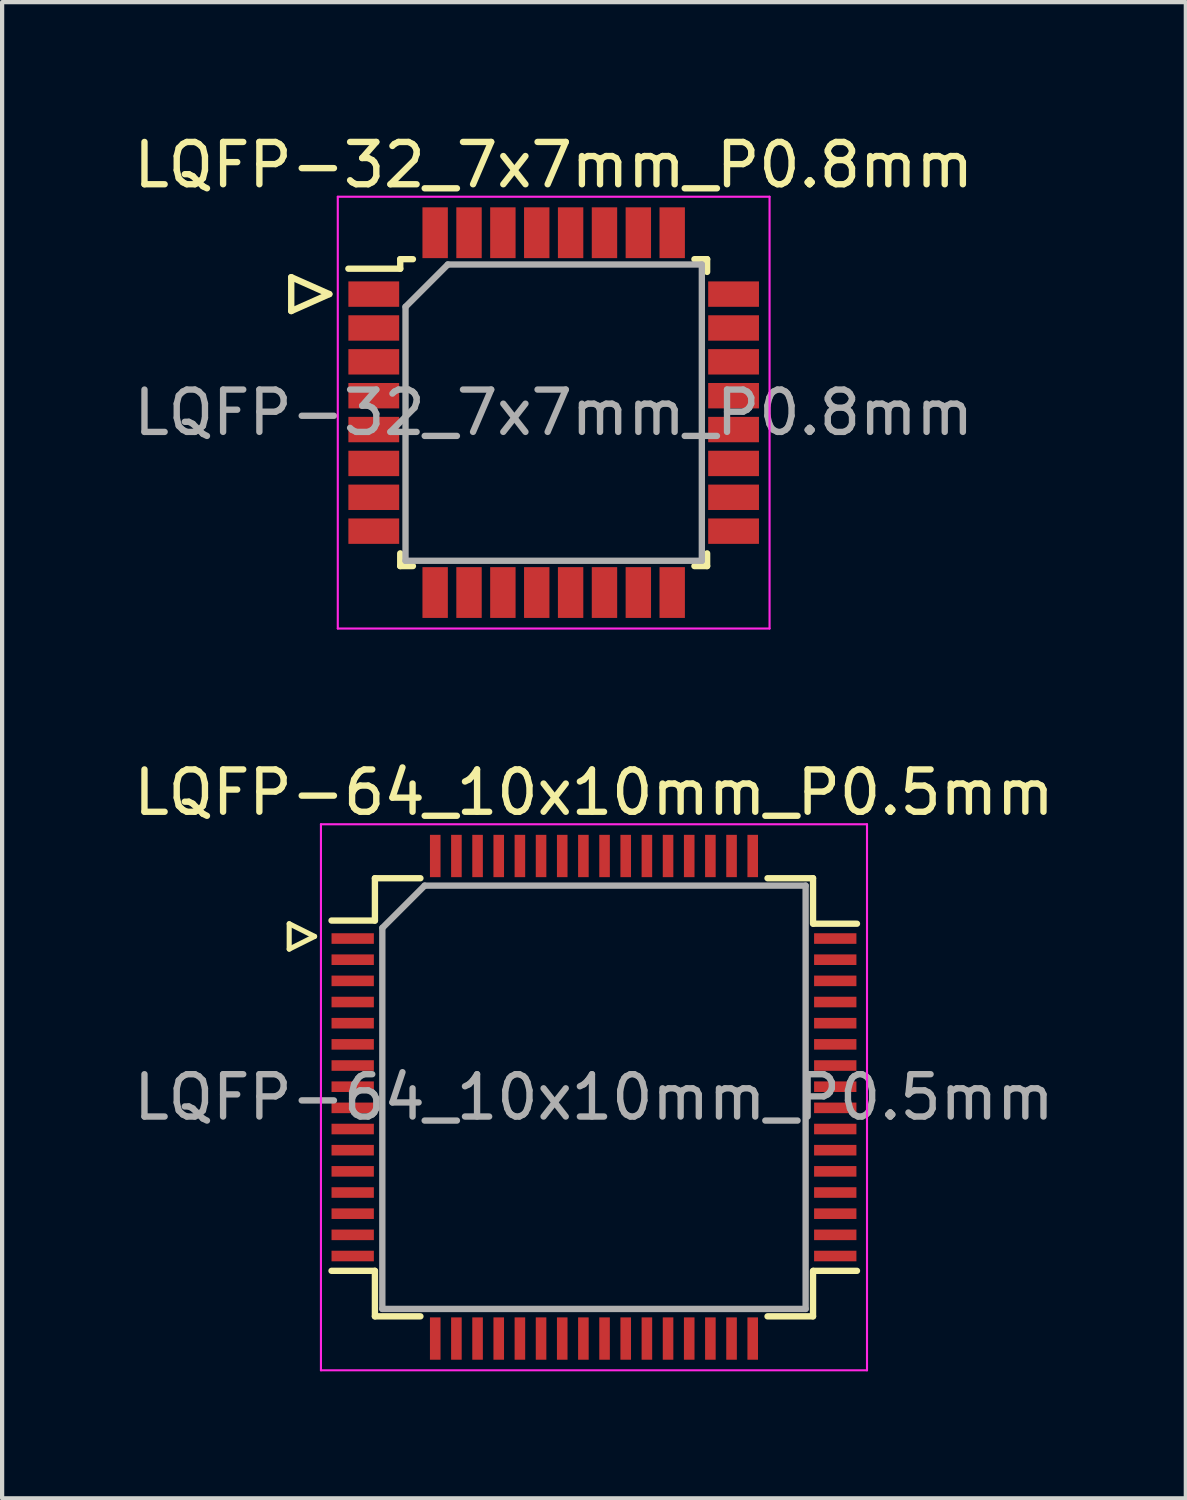
<source format=kicad_pcb>
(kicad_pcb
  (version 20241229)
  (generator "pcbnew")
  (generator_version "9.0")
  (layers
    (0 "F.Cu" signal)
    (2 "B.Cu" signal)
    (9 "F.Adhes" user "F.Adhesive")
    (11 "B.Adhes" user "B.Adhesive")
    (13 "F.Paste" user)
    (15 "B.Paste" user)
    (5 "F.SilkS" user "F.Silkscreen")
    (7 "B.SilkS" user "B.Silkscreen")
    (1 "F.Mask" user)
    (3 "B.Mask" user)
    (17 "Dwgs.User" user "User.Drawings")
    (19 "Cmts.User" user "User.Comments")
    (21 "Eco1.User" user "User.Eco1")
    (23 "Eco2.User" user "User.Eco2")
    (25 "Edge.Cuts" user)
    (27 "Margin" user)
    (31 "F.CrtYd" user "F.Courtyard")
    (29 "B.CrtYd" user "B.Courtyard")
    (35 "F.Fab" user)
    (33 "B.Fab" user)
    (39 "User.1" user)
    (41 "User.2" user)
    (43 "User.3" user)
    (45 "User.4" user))
  (footprint "LQFP-32_7x7mm_P0.8mm"
    (layer "F.Cu")
    (at 10.03 6.698)
    (property "Reference" "LQFP-32_7x7mm_P0.8mm" (at 0 -5.85 0) (layer "F.SilkS") (effects (font (size 1 1) (thickness 0.15))))
    (attr smd)
    (fp_line (start -6.2 -3.2) (end -6.2 -2.4) (stroke (width 0.15) (type solid)) (layer "F.SilkS"))
    (fp_line (start -6.2 -2.4) (end -5.3 -2.8) (stroke (width 0.15) (type solid)) (layer "F.SilkS"))
    (fp_line (start -5.3 -2.8) (end -6.2 -3.2) (stroke (width 0.15) (type solid)) (layer "F.SilkS"))
    (fp_line (start -3.625 -3.625) (end -3.625 -3.4) (stroke (width 0.15) (type solid)) (layer "F.SilkS"))
    (fp_line (start -3.625 -3.625) (end -3.325 -3.625) (stroke (width 0.15) (type solid)) (layer "F.SilkS"))
    (fp_line (start -3.625 -3.4) (end -4.85 -3.4) (stroke (width 0.15) (type solid)) (layer "F.SilkS"))
    (fp_line (start -3.625 3.625) (end -3.625 3.325) (stroke (width 0.15) (type solid)) (layer "F.SilkS"))
    (fp_line (start -3.625 3.625) (end -3.325 3.625) (stroke (width 0.15) (type solid)) (layer "F.SilkS"))
    (fp_line (start 3.625 -3.625) (end 3.325 -3.625) (stroke (width 0.15) (type solid)) (layer "F.SilkS"))
    (fp_line (start 3.625 -3.625) (end 3.625 -3.325) (stroke (width 0.15) (type solid)) (layer "F.SilkS"))
    (fp_line (start 3.625 3.625) (end 3.325 3.625) (stroke (width 0.15) (type solid)) (layer "F.SilkS"))
    (fp_line (start 3.625 3.625) (end 3.625 3.325) (stroke (width 0.15) (type solid)) (layer "F.SilkS"))
    (fp_line (start -5.1 -5.1) (end -5.1 5.1) (stroke (width 0.05) (type solid)) (layer "F.CrtYd"))
    (fp_line (start -5.1 -5.1) (end 5.1 -5.1) (stroke (width 0.05) (type solid)) (layer "F.CrtYd"))
    (fp_line (start -5.1 5.1) (end 5.1 5.1) (stroke (width 0.05) (type solid)) (layer "F.CrtYd"))
    (fp_line (start 5.1 -5.1) (end 5.1 5.1) (stroke (width 0.05) (type solid)) (layer "F.CrtYd"))
    (fp_line (start -3.5 -2.5) (end -2.5 -3.5) (stroke (width 0.15) (type solid)) (layer "F.Fab"))
    (fp_line (start -3.5 3.5) (end -3.5 -2.5) (stroke (width 0.15) (type solid)) (layer "F.Fab"))
    (fp_line (start -2.5 -3.5) (end 3.5 -3.5) (stroke (width 0.15) (type solid)) (layer "F.Fab"))
    (fp_line (start 3.5 -3.5) (end 3.5 3.5) (stroke (width 0.15) (type solid)) (layer "F.Fab"))
    (fp_line (start 3.5 3.5) (end -3.5 3.5) (stroke (width 0.15) (type solid)) (layer "F.Fab"))
    (fp_text user "${REFERENCE}" (at 0 0 0) (layer "F.Fab") (effects (font (size 1 1) (thickness 0.15))))
    (pad "1" smd rect (at -4.25 -2.8) (size 1.2 0.6) (layers "F.Cu" "F.Mask" "F.Paste"))
    (pad "2" smd rect (at -4.25 -2) (size 1.2 0.6) (layers "F.Cu" "F.Mask" "F.Paste"))
    (pad "3" smd rect (at -4.25 -1.2) (size 1.2 0.6) (layers "F.Cu" "F.Mask" "F.Paste"))
    (pad "4" smd rect (at -4.25 -0.4) (size 1.2 0.6) (layers "F.Cu" "F.Mask" "F.Paste"))
    (pad "5" smd rect (at -4.25 0.4) (size 1.2 0.6) (layers "F.Cu" "F.Mask" "F.Paste"))
    (pad "6" smd rect (at -4.25 1.2) (size 1.2 0.6) (layers "F.Cu" "F.Mask" "F.Paste"))
    (pad "7" smd rect (at -4.25 2) (size 1.2 0.6) (layers "F.Cu" "F.Mask" "F.Paste"))
    (pad "8" smd rect (at -4.25 2.8) (size 1.2 0.6) (layers "F.Cu" "F.Mask" "F.Paste"))
    (pad "9" smd rect (at -2.8 4.25 90) (size 1.2 0.6) (layers "F.Cu" "F.Mask" "F.Paste"))
    (pad "10" smd rect (at -2 4.25 90) (size 1.2 0.6) (layers "F.Cu" "F.Mask" "F.Paste"))
    (pad "11" smd rect (at -1.2 4.25 90) (size 1.2 0.6) (layers "F.Cu" "F.Mask" "F.Paste"))
    (pad "12" smd rect (at -0.4 4.25 90) (size 1.2 0.6) (layers "F.Cu" "F.Mask" "F.Paste"))
    (pad "13" smd rect (at 0.4 4.25 90) (size 1.2 0.6) (layers "F.Cu" "F.Mask" "F.Paste"))
    (pad "14" smd rect (at 1.2 4.25 90) (size 1.2 0.6) (layers "F.Cu" "F.Mask" "F.Paste"))
    (pad "15" smd rect (at 2 4.25 90) (size 1.2 0.6) (layers "F.Cu" "F.Mask" "F.Paste"))
    (pad "16" smd rect (at 2.8 4.25 90) (size 1.2 0.6) (layers "F.Cu" "F.Mask" "F.Paste"))
    (pad "17" smd rect (at 4.25 2.8) (size 1.2 0.6) (layers "F.Cu" "F.Mask" "F.Paste"))
    (pad "18" smd rect (at 4.25 2) (size 1.2 0.6) (layers "F.Cu" "F.Mask" "F.Paste"))
    (pad "19" smd rect (at 4.25 1.2) (size 1.2 0.6) (layers "F.Cu" "F.Mask" "F.Paste"))
    (pad "20" smd rect (at 4.25 0.4) (size 1.2 0.6) (layers "F.Cu" "F.Mask" "F.Paste"))
    (pad "21" smd rect (at 4.25 -0.4) (size 1.2 0.6) (layers "F.Cu" "F.Mask" "F.Paste"))
    (pad "22" smd rect (at 4.25 -1.2) (size 1.2 0.6) (layers "F.Cu" "F.Mask" "F.Paste"))
    (pad "23" smd rect (at 4.25 -2) (size 1.2 0.6) (layers "F.Cu" "F.Mask" "F.Paste"))
    (pad "24" smd rect (at 4.25 -2.8) (size 1.2 0.6) (layers "F.Cu" "F.Mask" "F.Paste"))
    (pad "25" smd rect (at 2.8 -4.25 90) (size 1.2 0.6) (layers "F.Cu" "F.Mask" "F.Paste"))
    (pad "26" smd rect (at 2 -4.25 90) (size 1.2 0.6) (layers "F.Cu" "F.Mask" "F.Paste"))
    (pad "27" smd rect (at 1.2 -4.25 90) (size 1.2 0.6) (layers "F.Cu" "F.Mask" "F.Paste"))
    (pad "28" smd rect (at 0.4 -4.25 90) (size 1.2 0.6) (layers "F.Cu" "F.Mask" "F.Paste"))
    (pad "29" smd rect (at -0.4 -4.25 90) (size 1.2 0.6) (layers "F.Cu" "F.Mask" "F.Paste"))
    (pad "30" smd rect (at -1.2 -4.25 90) (size 1.2 0.6) (layers "F.Cu" "F.Mask" "F.Paste"))
    (pad "31" smd rect (at -2 -4.25 90) (size 1.2 0.6) (layers "F.Cu" "F.Mask" "F.Paste"))
    (pad "32" smd rect (at -2.8 -4.25 90) (size 1.2 0.6) (layers "F.Cu" "F.Mask" "F.Paste")))
  (footprint "LQFP-64_10x10mm_P0.5mm"
    (layer "F.Cu")
    (at 10.982 22.872)
    (property "Reference" "LQFP-64_10x10mm_P0.5mm" (at 0 -7.2 0) (layer "F.SilkS") (effects (font (size 1 1) (thickness 0.15))))
    (attr smd)
    (fp_line (start -7.2 -4.1) (end -7.2 -3.5) (stroke (width 0.12) (type default)) (layer "F.SilkS"))
    (fp_line (start -7.2 -3.5) (end -6.6 -3.8) (stroke (width 0.12) (type default)) (layer "F.SilkS"))
    (fp_line (start -6.6 -3.8) (end -7.2 -4.1) (stroke (width 0.12) (type default)) (layer "F.SilkS"))
    (fp_line (start -5.175 -5.175) (end -5.175 -4.175) (stroke (width 0.15) (type solid)) (layer "F.SilkS"))
    (fp_line (start -5.175 -5.175) (end -4.1 -5.175) (stroke (width 0.15) (type solid)) (layer "F.SilkS"))
    (fp_line (start -5.175 -4.175) (end -6.2 -4.175) (stroke (width 0.15) (type solid)) (layer "F.SilkS"))
    (fp_line (start -5.175 4.1) (end -6.2 4.1) (stroke (width 0.15) (type solid)) (layer "F.SilkS"))
    (fp_line (start -5.175 5.175) (end -5.175 4.1) (stroke (width 0.15) (type solid)) (layer "F.SilkS"))
    (fp_line (start -5.175 5.175) (end -4.1 5.175) (stroke (width 0.15) (type solid)) (layer "F.SilkS"))
    (fp_line (start 5.175 -5.175) (end 4.1 -5.175) (stroke (width 0.15) (type solid)) (layer "F.SilkS"))
    (fp_line (start 5.175 -5.175) (end 5.175 -4.1) (stroke (width 0.15) (type solid)) (layer "F.SilkS"))
    (fp_line (start 5.175 5.175) (end 4.1 5.175) (stroke (width 0.15) (type solid)) (layer "F.SilkS"))
    (fp_line (start 5.175 5.175) (end 5.175 4.1) (stroke (width 0.15) (type solid)) (layer "F.SilkS"))
    (fp_line (start 6.213 -4.1) (end 5.188 -4.1) (stroke (width 0.15) (type solid)) (layer "F.SilkS"))
    (fp_line (start 6.213 4.1) (end 5.188 4.1) (stroke (width 0.15) (type solid)) (layer "F.SilkS"))
    (fp_line (start -6.45 -6.45) (end -6.45 6.45) (stroke (width 0.05) (type solid)) (layer "F.CrtYd"))
    (fp_line (start -6.45 -6.45) (end 6.45 -6.45) (stroke (width 0.05) (type solid)) (layer "F.CrtYd"))
    (fp_line (start -6.45 6.45) (end 6.45 6.45) (stroke (width 0.05) (type solid)) (layer "F.CrtYd"))
    (fp_line (start 6.45 -6.45) (end 6.45 6.45) (stroke (width 0.05) (type solid)) (layer "F.CrtYd"))
    (fp_line (start -5 -4) (end -4 -5) (stroke (width 0.15) (type solid)) (layer "F.Fab"))
    (fp_line (start -5 5) (end -5 -4) (stroke (width 0.15) (type solid)) (layer "F.Fab"))
    (fp_line (start -4 -5) (end 5 -5) (stroke (width 0.15) (type solid)) (layer "F.Fab"))
    (fp_line (start 5 -5) (end 5 5) (stroke (width 0.15) (type solid)) (layer "F.Fab"))
    (fp_line (start 5 5) (end -5 5) (stroke (width 0.15) (type solid)) (layer "F.Fab"))
    (fp_text user "${REFERENCE}" (at 0 0 0) (layer "F.Fab") (effects (font (size 1 1) (thickness 0.15))))
    (pad "1" smd rect (at -5.7 -3.75) (size 1 0.25) (layers "F.Cu" "F.Mask" "F.Paste"))
    (pad "2" smd rect (at -5.7 -3.25) (size 1 0.25) (layers "F.Cu" "F.Mask" "F.Paste"))
    (pad "3" smd rect (at -5.7 -2.75) (size 1 0.25) (layers "F.Cu" "F.Mask" "F.Paste"))
    (pad "4" smd rect (at -5.7 -2.25) (size 1 0.25) (layers "F.Cu" "F.Mask" "F.Paste"))
    (pad "5" smd rect (at -5.7 -1.75) (size 1 0.25) (layers "F.Cu" "F.Mask" "F.Paste"))
    (pad "6" smd rect (at -5.7 -1.25) (size 1 0.25) (layers "F.Cu" "F.Mask" "F.Paste"))
    (pad "7" smd rect (at -5.7 -0.75) (size 1 0.25) (layers "F.Cu" "F.Mask" "F.Paste"))
    (pad "8" smd rect (at -5.7 -0.25) (size 1 0.25) (layers "F.Cu" "F.Mask" "F.Paste"))
    (pad "9" smd rect (at -5.7 0.25) (size 1 0.25) (layers "F.Cu" "F.Mask" "F.Paste"))
    (pad "10" smd rect (at -5.7 0.75) (size 1 0.25) (layers "F.Cu" "F.Mask" "F.Paste"))
    (pad "11" smd rect (at -5.7 1.25) (size 1 0.25) (layers "F.Cu" "F.Mask" "F.Paste"))
    (pad "12" smd rect (at -5.7 1.75) (size 1 0.25) (layers "F.Cu" "F.Mask" "F.Paste"))
    (pad "13" smd rect (at -5.7 2.25) (size 1 0.25) (layers "F.Cu" "F.Mask" "F.Paste"))
    (pad "14" smd rect (at -5.7 2.75) (size 1 0.25) (layers "F.Cu" "F.Mask" "F.Paste"))
    (pad "15" smd rect (at -5.7 3.25) (size 1 0.25) (layers "F.Cu" "F.Mask" "F.Paste"))
    (pad "16" smd rect (at -5.7 3.75) (size 1 0.25) (layers "F.Cu" "F.Mask" "F.Paste"))
    (pad "17" smd rect (at -3.75 5.7 90) (size 1 0.25) (layers "F.Cu" "F.Mask" "F.Paste"))
    (pad "18" smd rect (at -3.25 5.7 90) (size 1 0.25) (layers "F.Cu" "F.Mask" "F.Paste"))
    (pad "19" smd rect (at -2.75 5.7 90) (size 1 0.25) (layers "F.Cu" "F.Mask" "F.Paste"))
    (pad "20" smd rect (at -2.25 5.7 90) (size 1 0.25) (layers "F.Cu" "F.Mask" "F.Paste"))
    (pad "21" smd rect (at -1.75 5.7 90) (size 1 0.25) (layers "F.Cu" "F.Mask" "F.Paste"))
    (pad "22" smd rect (at -1.25 5.7 90) (size 1 0.25) (layers "F.Cu" "F.Mask" "F.Paste"))
    (pad "23" smd rect (at -0.75 5.7 90) (size 1 0.25) (layers "F.Cu" "F.Mask" "F.Paste"))
    (pad "24" smd rect (at -0.25 5.7 90) (size 1 0.25) (layers "F.Cu" "F.Mask" "F.Paste"))
    (pad "25" smd rect (at 0.25 5.7 90) (size 1 0.25) (layers "F.Cu" "F.Mask" "F.Paste"))
    (pad "26" smd rect (at 0.75 5.7 90) (size 1 0.25) (layers "F.Cu" "F.Mask" "F.Paste"))
    (pad "27" smd rect (at 1.25 5.7 90) (size 1 0.25) (layers "F.Cu" "F.Mask" "F.Paste"))
    (pad "28" smd rect (at 1.75 5.7 90) (size 1 0.25) (layers "F.Cu" "F.Mask" "F.Paste"))
    (pad "29" smd rect (at 2.25 5.7 90) (size 1 0.25) (layers "F.Cu" "F.Mask" "F.Paste"))
    (pad "30" smd rect (at 2.75 5.7 90) (size 1 0.25) (layers "F.Cu" "F.Mask" "F.Paste"))
    (pad "31" smd rect (at 3.25 5.7 90) (size 1 0.25) (layers "F.Cu" "F.Mask" "F.Paste"))
    (pad "32" smd rect (at 3.75 5.7 90) (size 1 0.25) (layers "F.Cu" "F.Mask" "F.Paste"))
    (pad "33" smd rect (at 5.7 3.75) (size 1 0.25) (layers "F.Cu" "F.Mask" "F.Paste"))
    (pad "34" smd rect (at 5.7 3.25) (size 1 0.25) (layers "F.Cu" "F.Mask" "F.Paste"))
    (pad "35" smd rect (at 5.7 2.75) (size 1 0.25) (layers "F.Cu" "F.Mask" "F.Paste"))
    (pad "36" smd rect (at 5.7 2.25) (size 1 0.25) (layers "F.Cu" "F.Mask" "F.Paste"))
    (pad "37" smd rect (at 5.7 1.75) (size 1 0.25) (layers "F.Cu" "F.Mask" "F.Paste"))
    (pad "38" smd rect (at 5.7 1.25) (size 1 0.25) (layers "F.Cu" "F.Mask" "F.Paste"))
    (pad "39" smd rect (at 5.7 0.75) (size 1 0.25) (layers "F.Cu" "F.Mask" "F.Paste"))
    (pad "40" smd rect (at 5.7 0.25) (size 1 0.25) (layers "F.Cu" "F.Mask" "F.Paste"))
    (pad "41" smd rect (at 5.7 -0.25) (size 1 0.25) (layers "F.Cu" "F.Mask" "F.Paste"))
    (pad "42" smd rect (at 5.7 -0.75) (size 1 0.25) (layers "F.Cu" "F.Mask" "F.Paste"))
    (pad "43" smd rect (at 5.7 -1.25) (size 1 0.25) (layers "F.Cu" "F.Mask" "F.Paste"))
    (pad "44" smd rect (at 5.7 -1.75) (size 1 0.25) (layers "F.Cu" "F.Mask" "F.Paste"))
    (pad "45" smd rect (at 5.7 -2.25) (size 1 0.25) (layers "F.Cu" "F.Mask" "F.Paste"))
    (pad "46" smd rect (at 5.7 -2.75) (size 1 0.25) (layers "F.Cu" "F.Mask" "F.Paste"))
    (pad "47" smd rect (at 5.7 -3.25) (size 1 0.25) (layers "F.Cu" "F.Mask" "F.Paste"))
    (pad "48" smd rect (at 5.7 -3.75) (size 1 0.25) (layers "F.Cu" "F.Mask" "F.Paste"))
    (pad "49" smd rect (at 3.75 -5.7 90) (size 1 0.25) (layers "F.Cu" "F.Mask" "F.Paste"))
    (pad "50" smd rect (at 3.25 -5.7 90) (size 1 0.25) (layers "F.Cu" "F.Mask" "F.Paste"))
    (pad "51" smd rect (at 2.75 -5.7 90) (size 1 0.25) (layers "F.Cu" "F.Mask" "F.Paste"))
    (pad "52" smd rect (at 2.25 -5.7 90) (size 1 0.25) (layers "F.Cu" "F.Mask" "F.Paste"))
    (pad "53" smd rect (at 1.75 -5.7 90) (size 1 0.25) (layers "F.Cu" "F.Mask" "F.Paste"))
    (pad "54" smd rect (at 1.25 -5.7 90) (size 1 0.25) (layers "F.Cu" "F.Mask" "F.Paste"))
    (pad "55" smd rect (at 0.75 -5.7 90) (size 1 0.25) (layers "F.Cu" "F.Mask" "F.Paste"))
    (pad "56" smd rect (at 0.25 -5.7 90) (size 1 0.25) (layers "F.Cu" "F.Mask" "F.Paste"))
    (pad "57" smd rect (at -0.25 -5.7 90) (size 1 0.25) (layers "F.Cu" "F.Mask" "F.Paste"))
    (pad "58" smd rect (at -0.75 -5.7 90) (size 1 0.25) (layers "F.Cu" "F.Mask" "F.Paste"))
    (pad "59" smd rect (at -1.25 -5.7 90) (size 1 0.25) (layers "F.Cu" "F.Mask" "F.Paste"))
    (pad "60" smd rect (at -1.75 -5.7 90) (size 1 0.25) (layers "F.Cu" "F.Mask" "F.Paste"))
    (pad "61" smd rect (at -2.25 -5.7 90) (size 1 0.25) (layers "F.Cu" "F.Mask" "F.Paste"))
    (pad "62" smd rect (at -2.75 -5.7 90) (size 1 0.25) (layers "F.Cu" "F.Mask" "F.Paste"))
    (pad "63" smd rect (at -3.25 -5.7 90) (size 1 0.25) (layers "F.Cu" "F.Mask" "F.Paste"))
    (pad "64" smd rect (at -3.75 -5.7 90) (size 1 0.25) (layers "F.Cu" "F.Mask" "F.Paste")))
  (gr_rect
    (start -3 -3)
    (end 24.964 32.346)
    (stroke (width 0.1) (type default))
    (fill no)
    (layer "Edge.Cuts")))
</source>
